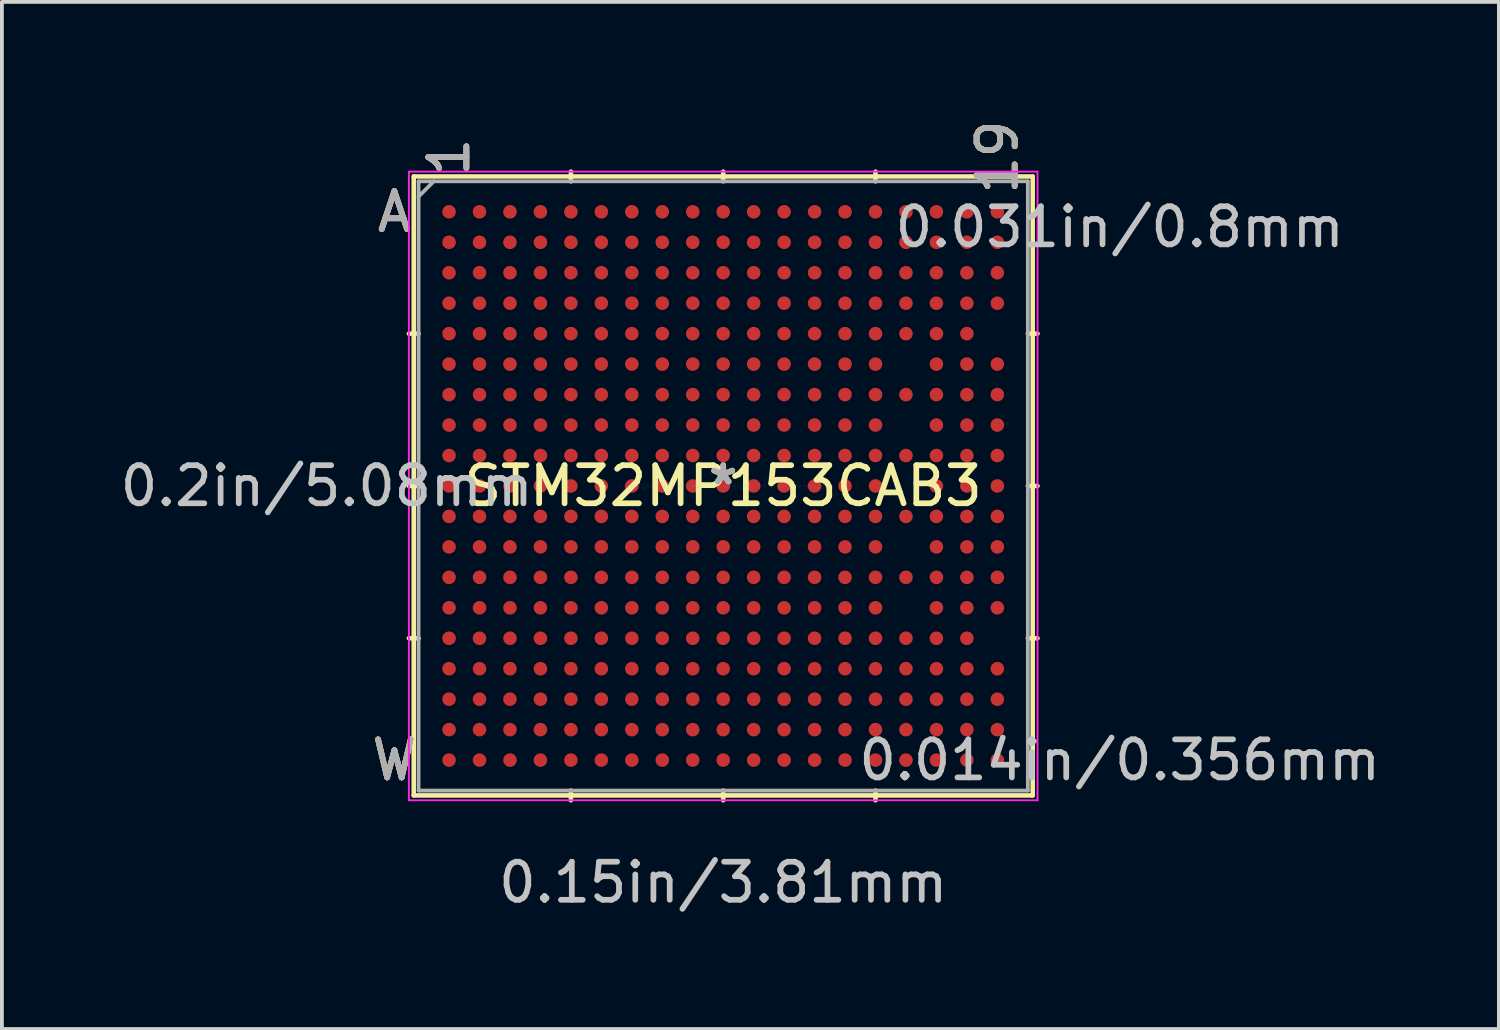
<source format=kicad_pcb>
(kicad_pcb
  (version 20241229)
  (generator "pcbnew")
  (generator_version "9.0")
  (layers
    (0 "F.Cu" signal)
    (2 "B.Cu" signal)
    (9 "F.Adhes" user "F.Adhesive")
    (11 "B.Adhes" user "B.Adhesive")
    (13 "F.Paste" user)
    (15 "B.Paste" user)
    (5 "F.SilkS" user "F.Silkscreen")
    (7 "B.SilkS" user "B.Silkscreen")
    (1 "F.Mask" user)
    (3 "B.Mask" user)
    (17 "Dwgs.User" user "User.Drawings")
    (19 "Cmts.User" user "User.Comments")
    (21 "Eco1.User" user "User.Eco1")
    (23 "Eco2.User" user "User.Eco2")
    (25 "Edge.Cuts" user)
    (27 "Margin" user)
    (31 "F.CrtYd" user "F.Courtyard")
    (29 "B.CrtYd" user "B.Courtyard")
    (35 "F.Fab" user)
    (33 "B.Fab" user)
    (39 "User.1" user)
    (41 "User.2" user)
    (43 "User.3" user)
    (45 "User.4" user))
  (footprint "STM32MP153CAB3"
    (layer "F.Cu")
    (at 15.944 9.713)
    (property "Reference" "STM32MP153CAB3" (at 0 0 0) (layer "F.SilkS") (effects (font (size 1 1) (thickness 0.15))))
    (attr through_hole)
    (fp_line (start -8.128 -8.128) (end -8.128 8.128) (stroke (width 0.12) (type solid)) (layer "F.SilkS"))
    (fp_line (start -8.128 8.128) (end 8.128 8.128) (stroke (width 0.12) (type solid)) (layer "F.SilkS"))
    (fp_line (start -8.001 -4) (end -8.255 -4) (stroke (width 0.12) (type solid)) (layer "F.SilkS"))
    (fp_line (start -8.001 0) (end -8.255 0) (stroke (width 0.12) (type solid)) (layer "F.SilkS"))
    (fp_line (start -8.001 4) (end -8.255 4) (stroke (width 0.12) (type solid)) (layer "F.SilkS"))
    (fp_line (start -4 -8.001) (end -4 -8.255) (stroke (width 0.12) (type solid)) (layer "F.SilkS"))
    (fp_line (start -4 8.001) (end -4 8.255) (stroke (width 0.12) (type solid)) (layer "F.SilkS"))
    (fp_line (start 0 -8.001) (end 0 -8.255) (stroke (width 0.12) (type solid)) (layer "F.SilkS"))
    (fp_line (start 0 8.001) (end 0 8.255) (stroke (width 0.12) (type solid)) (layer "F.SilkS"))
    (fp_line (start 4 -8.001) (end 4 -8.255) (stroke (width 0.12) (type solid)) (layer "F.SilkS"))
    (fp_line (start 4 8.001) (end 4 8.255) (stroke (width 0.12) (type solid)) (layer "F.SilkS"))
    (fp_line (start 8.001 -4) (end 8.255 -4) (stroke (width 0.12) (type solid)) (layer "F.SilkS"))
    (fp_line (start 8.001 0) (end 8.255 0) (stroke (width 0.12) (type solid)) (layer "F.SilkS"))
    (fp_line (start 8.001 4) (end 8.255 4) (stroke (width 0.12) (type solid)) (layer "F.SilkS"))
    (fp_line (start 8.128 -8.128) (end -8.128 -8.128) (stroke (width 0.12) (type solid)) (layer "F.SilkS"))
    (fp_line (start 8.128 8.128) (end 8.128 -8.128) (stroke (width 0.12) (type solid)) (layer "F.SilkS"))
    (fp_line (start -8.255 -8.255) (end 8.255 -8.255) (stroke (width 0.05) (type solid)) (layer "F.CrtYd"))
    (fp_line (start -8.255 8.255) (end -8.255 -8.255) (stroke (width 0.05) (type solid)) (layer "F.CrtYd"))
    (fp_line (start 8.255 -8.255) (end 8.255 8.255) (stroke (width 0.05) (type solid)) (layer "F.CrtYd"))
    (fp_line (start 8.255 8.255) (end -8.255 8.255) (stroke (width 0.05) (type solid)) (layer "F.CrtYd"))
    (fp_line (start -8.001 -8.001) (end -8.001 8.001) (stroke (width 0.1) (type solid)) (layer "F.Fab"))
    (fp_line (start -8.001 8.001) (end 8.001 8.001) (stroke (width 0.1) (type solid)) (layer "F.Fab"))
    (fp_line (start -7.601 -8.001) (end -8.001 -7.601) (stroke (width 0.1) (type solid)) (layer "F.Fab"))
    (fp_line (start 8.001 -8.001) (end -8.001 -8.001) (stroke (width 0.1) (type solid)) (layer "F.Fab"))
    (fp_line (start 8.001 8.001) (end 8.001 -8.001) (stroke (width 0.1) (type solid)) (layer "F.Fab"))
    (fp_text user "1" (at -7.2 -8.636 90) (layer "F.SilkS") (effects (font (size 1 1) (thickness 0.15))))
    (fp_text user "A" (at -8.636 -7.2 0) (layer "F.SilkS") (effects (font (size 1 1) (thickness 0.15))))
    (fp_text user "*" (at 0 0 0) (layer "F.SilkS") (effects (font (size 1 1) (thickness 0.15))))
    (fp_text user "19" (at 7.2 -8.636 90) (layer "F.SilkS") (effects (font (size 1 1) (thickness 0.15))))
    (fp_text user "W" (at -8.636 7.2 0) (layer "F.SilkS") (effects (font (size 1 1) (thickness 0.15))))
    (fp_text user "A" (at -8.636 -7.2 0) (layer "B.SilkS") (effects (font (size 1 1) (thickness 0.15))))
    (fp_text user "W" (at -8.636 7.2 0) (layer "B.SilkS") (effects (font (size 1 1) (thickness 0.15))))
    (fp_text user "1" (at -7.2 -8.636 90) (layer "B.SilkS") (effects (font (size 1 1) (thickness 0.15))))
    (fp_text user "19" (at 7.2 -8.636 90) (layer "B.SilkS") (effects (font (size 1 1) (thickness 0.15))))
    (fp_text user "0.15in/3.81mm" (at 0 10.414 0) (layer "Dwgs.User") (effects (font (size 1 1) (thickness 0.15))))
    (fp_text user "0.014in/0.356mm" (at 10.414 7.2 0) (layer "Dwgs.User") (effects (font (size 1 1) (thickness 0.15))))
    (fp_text user "0.031in/0.8mm" (at 10.414 -6.8 0) (layer "Dwgs.User") (effects (font (size 1 1) (thickness 0.15))))
    (fp_text user "0.2in/5.08mm" (at -10.414 0 0) (layer "Dwgs.User") (effects (font (size 1 1) (thickness 0.15))))
    (fp_text user "Copyright 2021 Accelerated Designs. All rights reserved." (at 0 0 0) (layer "Cmts.User") (effects (font (size 0.127 0.127) (thickness 0.002))))
    (fp_text user "W" (at -8.636 7.2 0) (layer "F.Fab") (effects (font (size 1 1) (thickness 0.15))))
    (fp_text user "19" (at 7.2 -8.636 90) (layer "F.Fab") (effects (font (size 1 1) (thickness 0.15))))
    (fp_text user "*" (at 0 0 0) (layer "F.Fab") (effects (font (size 1 1) (thickness 0.15))))
    (fp_text user "A" (at -8.636 -7.2 0) (layer "F.Fab") (effects (font (size 1 1) (thickness 0.15))))
    (fp_text user "1" (at -7.2 -8.636 90) (layer "F.Fab") (effects (font (size 1 1) (thickness 0.15))))
    (pad "A1" smd circle (at -7.2 -7.2) (size 0.356 0.356) (layers "F.Cu" "F.Mask" "F.Paste"))
    (pad "A2" smd circle (at -6.4 -7.2) (size 0.356 0.356) (layers "F.Cu" "F.Mask" "F.Paste"))
    (pad "A3" smd circle (at -5.6 -7.2) (size 0.356 0.356) (layers "F.Cu" "F.Mask" "F.Paste"))
    (pad "A4" smd circle (at -4.8 -7.2) (size 0.356 0.356) (layers "F.Cu" "F.Mask" "F.Paste"))
    (pad "A5" smd circle (at -4 -7.2) (size 0.356 0.356) (layers "F.Cu" "F.Mask" "F.Paste"))
    (pad "A6" smd circle (at -3.2 -7.2) (size 0.356 0.356) (layers "F.Cu" "F.Mask" "F.Paste"))
    (pad "A7" smd circle (at -2.4 -7.2) (size 0.356 0.356) (layers "F.Cu" "F.Mask" "F.Paste"))
    (pad "A8" smd circle (at -1.6 -7.2) (size 0.356 0.356) (layers "F.Cu" "F.Mask" "F.Paste"))
    (pad "A9" smd circle (at -0.8 -7.2) (size 0.356 0.356) (layers "F.Cu" "F.Mask" "F.Paste"))
    (pad "A10" smd circle (at 0 -7.2) (size 0.356 0.356) (layers "F.Cu" "F.Mask" "F.Paste"))
    (pad "A11" smd circle (at 0.8 -7.2) (size 0.356 0.356) (layers "F.Cu" "F.Mask" "F.Paste"))
    (pad "A12" smd circle (at 1.6 -7.2) (size 0.356 0.356) (layers "F.Cu" "F.Mask" "F.Paste"))
    (pad "A13" smd circle (at 2.4 -7.2) (size 0.356 0.356) (layers "F.Cu" "F.Mask" "F.Paste"))
    (pad "A14" smd circle (at 3.2 -7.2) (size 0.356 0.356) (layers "F.Cu" "F.Mask" "F.Paste"))
    (pad "A15" smd circle (at 4 -7.2) (size 0.356 0.356) (layers "F.Cu" "F.Mask" "F.Paste"))
    (pad "A16" smd circle (at 4.8 -7.2) (size 0.356 0.356) (layers "F.Cu" "F.Mask" "F.Paste"))
    (pad "A17" smd circle (at 5.6 -7.2) (size 0.356 0.356) (layers "F.Cu" "F.Mask" "F.Paste"))
    (pad "A18" smd circle (at 6.4 -7.2) (size 0.356 0.356) (layers "F.Cu" "F.Mask" "F.Paste"))
    (pad "A19" smd circle (at 7.2 -7.2) (size 0.356 0.356) (layers "F.Cu" "F.Mask" "F.Paste"))
    (pad "B1" smd circle (at -7.2 -6.4) (size 0.356 0.356) (layers "F.Cu" "F.Mask" "F.Paste"))
    (pad "B2" smd circle (at -6.4 -6.4) (size 0.356 0.356) (layers "F.Cu" "F.Mask" "F.Paste"))
    (pad "B3" smd circle (at -5.6 -6.4) (size 0.356 0.356) (layers "F.Cu" "F.Mask" "F.Paste"))
    (pad "B4" smd circle (at -4.8 -6.4) (size 0.356 0.356) (layers "F.Cu" "F.Mask" "F.Paste"))
    (pad "B5" smd circle (at -4 -6.4) (size 0.356 0.356) (layers "F.Cu" "F.Mask" "F.Paste"))
    (pad "B6" smd circle (at -3.2 -6.4) (size 0.356 0.356) (layers "F.Cu" "F.Mask" "F.Paste"))
    (pad "B7" smd circle (at -2.4 -6.4) (size 0.356 0.356) (layers "F.Cu" "F.Mask" "F.Paste"))
    (pad "B8" smd circle (at -1.6 -6.4) (size 0.356 0.356) (layers "F.Cu" "F.Mask" "F.Paste"))
    (pad "B9" smd circle (at -0.8 -6.4) (size 0.356 0.356) (layers "F.Cu" "F.Mask" "F.Paste"))
    (pad "B10" smd circle (at 0 -6.4) (size 0.356 0.356) (layers "F.Cu" "F.Mask" "F.Paste"))
    (pad "B11" smd circle (at 0.8 -6.4) (size 0.356 0.356) (layers "F.Cu" "F.Mask" "F.Paste"))
    (pad "B12" smd circle (at 1.6 -6.4) (size 0.356 0.356) (layers "F.Cu" "F.Mask" "F.Paste"))
    (pad "B13" smd circle (at 2.4 -6.4) (size 0.356 0.356) (layers "F.Cu" "F.Mask" "F.Paste"))
    (pad "B14" smd circle (at 3.2 -6.4) (size 0.356 0.356) (layers "F.Cu" "F.Mask" "F.Paste"))
    (pad "B15" smd circle (at 4 -6.4) (size 0.356 0.356) (layers "F.Cu" "F.Mask" "F.Paste"))
    (pad "B16" smd circle (at 4.8 -6.4) (size 0.356 0.356) (layers "F.Cu" "F.Mask" "F.Paste"))
    (pad "B17" smd circle (at 5.6 -6.4) (size 0.356 0.356) (layers "F.Cu" "F.Mask" "F.Paste"))
    (pad "B18" smd circle (at 6.4 -6.4) (size 0.356 0.356) (layers "F.Cu" "F.Mask" "F.Paste"))
    (pad "B19" smd circle (at 7.2 -6.4) (size 0.356 0.356) (layers "F.Cu" "F.Mask" "F.Paste"))
    (pad "C1" smd circle (at -7.2 -5.6) (size 0.356 0.356) (layers "F.Cu" "F.Mask" "F.Paste"))
    (pad "C2" smd circle (at -6.4 -5.6) (size 0.356 0.356) (layers "F.Cu" "F.Mask" "F.Paste"))
    (pad "C3" smd circle (at -5.6 -5.6) (size 0.356 0.356) (layers "F.Cu" "F.Mask" "F.Paste"))
    (pad "C4" smd circle (at -4.8 -5.6) (size 0.356 0.356) (layers "F.Cu" "F.Mask" "F.Paste"))
    (pad "C5" smd circle (at -4 -5.6) (size 0.356 0.356) (layers "F.Cu" "F.Mask" "F.Paste"))
    (pad "C6" smd circle (at -3.2 -5.6) (size 0.356 0.356) (layers "F.Cu" "F.Mask" "F.Paste"))
    (pad "C7" smd circle (at -2.4 -5.6) (size 0.356 0.356) (layers "F.Cu" "F.Mask" "F.Paste"))
    (pad "C8" smd circle (at -1.6 -5.6) (size 0.356 0.356) (layers "F.Cu" "F.Mask" "F.Paste"))
    (pad "C9" smd circle (at -0.8 -5.6) (size 0.356 0.356) (layers "F.Cu" "F.Mask" "F.Paste"))
    (pad "C10" smd circle (at 0 -5.6) (size 0.356 0.356) (layers "F.Cu" "F.Mask" "F.Paste"))
    (pad "C11" smd circle (at 0.8 -5.6) (size 0.356 0.356) (layers "F.Cu" "F.Mask" "F.Paste"))
    (pad "C12" smd circle (at 1.6 -5.6) (size 0.356 0.356) (layers "F.Cu" "F.Mask" "F.Paste"))
    (pad "C13" smd circle (at 2.4 -5.6) (size 0.356 0.356) (layers "F.Cu" "F.Mask" "F.Paste"))
    (pad "C14" smd circle (at 3.2 -5.6) (size 0.356 0.356) (layers "F.Cu" "F.Mask" "F.Paste"))
    (pad "C15" smd circle (at 4 -5.6) (size 0.356 0.356) (layers "F.Cu" "F.Mask" "F.Paste"))
    (pad "C16" smd circle (at 4.8 -5.6) (size 0.356 0.356) (layers "F.Cu" "F.Mask" "F.Paste"))
    (pad "C17" smd circle (at 5.6 -5.6) (size 0.356 0.356) (layers "F.Cu" "F.Mask" "F.Paste"))
    (pad "C18" smd circle (at 6.4 -5.6) (size 0.356 0.356) (layers "F.Cu" "F.Mask" "F.Paste"))
    (pad "C19" smd circle (at 7.2 -5.6) (size 0.356 0.356) (layers "F.Cu" "F.Mask" "F.Paste"))
    (pad "D1" smd circle (at -7.2 -4.8) (size 0.356 0.356) (layers "F.Cu" "F.Mask" "F.Paste"))
    (pad "D2" smd circle (at -6.4 -4.8) (size 0.356 0.356) (layers "F.Cu" "F.Mask" "F.Paste"))
    (pad "D3" smd circle (at -5.6 -4.8) (size 0.356 0.356) (layers "F.Cu" "F.Mask" "F.Paste"))
    (pad "D4" smd circle (at -4.8 -4.8) (size 0.356 0.356) (layers "F.Cu" "F.Mask" "F.Paste"))
    (pad "D5" smd circle (at -4 -4.8) (size 0.356 0.356) (layers "F.Cu" "F.Mask" "F.Paste"))
    (pad "D6" smd circle (at -3.2 -4.8) (size 0.356 0.356) (layers "F.Cu" "F.Mask" "F.Paste"))
    (pad "D7" smd circle (at -2.4 -4.8) (size 0.356 0.356) (layers "F.Cu" "F.Mask" "F.Paste"))
    (pad "D8" smd circle (at -1.6 -4.8) (size 0.356 0.356) (layers "F.Cu" "F.Mask" "F.Paste"))
    (pad "D9" smd circle (at -0.8 -4.8) (size 0.356 0.356) (layers "F.Cu" "F.Mask" "F.Paste"))
    (pad "D10" smd circle (at 0 -4.8) (size 0.356 0.356) (layers "F.Cu" "F.Mask" "F.Paste"))
    (pad "D11" smd circle (at 0.8 -4.8) (size 0.356 0.356) (layers "F.Cu" "F.Mask" "F.Paste"))
    (pad "D12" smd circle (at 1.6 -4.8) (size 0.356 0.356) (layers "F.Cu" "F.Mask" "F.Paste"))
    (pad "D13" smd circle (at 2.4 -4.8) (size 0.356 0.356) (layers "F.Cu" "F.Mask" "F.Paste"))
    (pad "D14" smd circle (at 3.2 -4.8) (size 0.356 0.356) (layers "F.Cu" "F.Mask" "F.Paste"))
    (pad "D15" smd circle (at 4 -4.8) (size 0.356 0.356) (layers "F.Cu" "F.Mask" "F.Paste"))
    (pad "D16" smd circle (at 4.8 -4.8) (size 0.356 0.356) (layers "F.Cu" "F.Mask" "F.Paste"))
    (pad "D17" smd circle (at 5.6 -4.8) (size 0.356 0.356) (layers "F.Cu" "F.Mask" "F.Paste"))
    (pad "D18" smd circle (at 6.4 -4.8) (size 0.356 0.356) (layers "F.Cu" "F.Mask" "F.Paste"))
    (pad "D19" smd circle (at 7.2 -4.8) (size 0.356 0.356) (layers "F.Cu" "F.Mask" "F.Paste"))
    (pad "E1" smd circle (at -7.2 -4) (size 0.356 0.356) (layers "F.Cu" "F.Mask" "F.Paste"))
    (pad "E2" smd circle (at -6.4 -4) (size 0.356 0.356) (layers "F.Cu" "F.Mask" "F.Paste"))
    (pad "E3" smd circle (at -5.6 -4) (size 0.356 0.356) (layers "F.Cu" "F.Mask" "F.Paste"))
    (pad "E4" smd circle (at -4.8 -4) (size 0.356 0.356) (layers "F.Cu" "F.Mask" "F.Paste"))
    (pad "E5" smd circle (at -4 -4) (size 0.356 0.356) (layers "F.Cu" "F.Mask" "F.Paste"))
    (pad "E6" smd circle (at -3.2 -4) (size 0.356 0.356) (layers "F.Cu" "F.Mask" "F.Paste"))
    (pad "E7" smd circle (at -2.4 -4) (size 0.356 0.356) (layers "F.Cu" "F.Mask" "F.Paste"))
    (pad "E8" smd circle (at -1.6 -4) (size 0.356 0.356) (layers "F.Cu" "F.Mask" "F.Paste"))
    (pad "E9" smd circle (at -0.8 -4) (size 0.356 0.356) (layers "F.Cu" "F.Mask" "F.Paste"))
    (pad "E10" smd circle (at 0 -4) (size 0.356 0.356) (layers "F.Cu" "F.Mask" "F.Paste"))
    (pad "E11" smd circle (at 0.8 -4) (size 0.356 0.356) (layers "F.Cu" "F.Mask" "F.Paste"))
    (pad "E12" smd circle (at 1.6 -4) (size 0.356 0.356) (layers "F.Cu" "F.Mask" "F.Paste"))
    (pad "E13" smd circle (at 2.4 -4) (size 0.356 0.356) (layers "F.Cu" "F.Mask" "F.Paste"))
    (pad "E14" smd circle (at 3.2 -4) (size 0.356 0.356) (layers "F.Cu" "F.Mask" "F.Paste"))
    (pad "E15" smd circle (at 4 -4) (size 0.356 0.356) (layers "F.Cu" "F.Mask" "F.Paste"))
    (pad "E16" smd circle (at 4.8 -4) (size 0.356 0.356) (layers "F.Cu" "F.Mask" "F.Paste"))
    (pad "E17" smd circle (at 5.6 -4) (size 0.356 0.356) (layers "F.Cu" "F.Mask" "F.Paste"))
    (pad "E18" smd circle (at 6.4 -4) (size 0.356 0.356) (layers "F.Cu" "F.Mask" "F.Paste"))
    (pad "F1" smd circle (at -7.2 -3.2) (size 0.356 0.356) (layers "F.Cu" "F.Mask" "F.Paste"))
    (pad "F2" smd circle (at -6.4 -3.2) (size 0.356 0.356) (layers "F.Cu" "F.Mask" "F.Paste"))
    (pad "F3" smd circle (at -5.6 -3.2) (size 0.356 0.356) (layers "F.Cu" "F.Mask" "F.Paste"))
    (pad "F4" smd circle (at -4.8 -3.2) (size 0.356 0.356) (layers "F.Cu" "F.Mask" "F.Paste"))
    (pad "F5" smd circle (at -4 -3.2) (size 0.356 0.356) (layers "F.Cu" "F.Mask" "F.Paste"))
    (pad "F6" smd circle (at -3.2 -3.2) (size 0.356 0.356) (layers "F.Cu" "F.Mask" "F.Paste"))
    (pad "F7" smd circle (at -2.4 -3.2) (size 0.356 0.356) (layers "F.Cu" "F.Mask" "F.Paste"))
    (pad "F8" smd circle (at -1.6 -3.2) (size 0.356 0.356) (layers "F.Cu" "F.Mask" "F.Paste"))
    (pad "F9" smd circle (at -0.8 -3.2) (size 0.356 0.356) (layers "F.Cu" "F.Mask" "F.Paste"))
    (pad "F10" smd circle (at 0 -3.2) (size 0.356 0.356) (layers "F.Cu" "F.Mask" "F.Paste"))
    (pad "F11" smd circle (at 0.8 -3.2) (size 0.356 0.356) (layers "F.Cu" "F.Mask" "F.Paste"))
    (pad "F12" smd circle (at 1.6 -3.2) (size 0.356 0.356) (layers "F.Cu" "F.Mask" "F.Paste"))
    (pad "F13" smd circle (at 2.4 -3.2) (size 0.356 0.356) (layers "F.Cu" "F.Mask" "F.Paste"))
    (pad "F14" smd circle (at 3.2 -3.2) (size 0.356 0.356) (layers "F.Cu" "F.Mask" "F.Paste"))
    (pad "F15" smd circle (at 4 -3.2) (size 0.356 0.356) (layers "F.Cu" "F.Mask" "F.Paste"))
    (pad "F17" smd circle (at 5.6 -3.2) (size 0.356 0.356) (layers "F.Cu" "F.Mask" "F.Paste"))
    (pad "F18" smd circle (at 6.4 -3.2) (size 0.356 0.356) (layers "F.Cu" "F.Mask" "F.Paste"))
    (pad "F19" smd circle (at 7.2 -3.2) (size 0.356 0.356) (layers "F.Cu" "F.Mask" "F.Paste"))
    (pad "G1" smd circle (at -7.2 -2.4) (size 0.356 0.356) (layers "F.Cu" "F.Mask" "F.Paste"))
    (pad "G2" smd circle (at -6.4 -2.4) (size 0.356 0.356) (layers "F.Cu" "F.Mask" "F.Paste"))
    (pad "G3" smd circle (at -5.6 -2.4) (size 0.356 0.356) (layers "F.Cu" "F.Mask" "F.Paste"))
    (pad "G4" smd circle (at -4.8 -2.4) (size 0.356 0.356) (layers "F.Cu" "F.Mask" "F.Paste"))
    (pad "G5" smd circle (at -4 -2.4) (size 0.356 0.356) (layers "F.Cu" "F.Mask" "F.Paste"))
    (pad "G6" smd circle (at -3.2 -2.4) (size 0.356 0.356) (layers "F.Cu" "F.Mask" "F.Paste"))
    (pad "G7" smd circle (at -2.4 -2.4) (size 0.356 0.356) (layers "F.Cu" "F.Mask" "F.Paste"))
    (pad "G8" smd circle (at -1.6 -2.4) (size 0.356 0.356) (layers "F.Cu" "F.Mask" "F.Paste"))
    (pad "G9" smd circle (at -0.8 -2.4) (size 0.356 0.356) (layers "F.Cu" "F.Mask" "F.Paste"))
    (pad "G10" smd circle (at 0 -2.4) (size 0.356 0.356) (layers "F.Cu" "F.Mask" "F.Paste"))
    (pad "G11" smd circle (at 0.8 -2.4) (size 0.356 0.356) (layers "F.Cu" "F.Mask" "F.Paste"))
    (pad "G12" smd circle (at 1.6 -2.4) (size 0.356 0.356) (layers "F.Cu" "F.Mask" "F.Paste"))
    (pad "G13" smd circle (at 2.4 -2.4) (size 0.356 0.356) (layers "F.Cu" "F.Mask" "F.Paste"))
    (pad "G14" smd circle (at 3.2 -2.4) (size 0.356 0.356) (layers "F.Cu" "F.Mask" "F.Paste"))
    (pad "G15" smd circle (at 4 -2.4) (size 0.356 0.356) (layers "F.Cu" "F.Mask" "F.Paste"))
    (pad "G16" smd circle (at 4.8 -2.4) (size 0.356 0.356) (layers "F.Cu" "F.Mask" "F.Paste"))
    (pad "G17" smd circle (at 5.6 -2.4) (size 0.356 0.356) (layers "F.Cu" "F.Mask" "F.Paste"))
    (pad "G18" smd circle (at 6.4 -2.4) (size 0.356 0.356) (layers "F.Cu" "F.Mask" "F.Paste"))
    (pad "G19" smd circle (at 7.2 -2.4) (size 0.356 0.356) (layers "F.Cu" "F.Mask" "F.Paste"))
    (pad "H1" smd circle (at -7.2 -1.6) (size 0.356 0.356) (layers "F.Cu" "F.Mask" "F.Paste"))
    (pad "H2" smd circle (at -6.4 -1.6) (size 0.356 0.356) (layers "F.Cu" "F.Mask" "F.Paste"))
    (pad "H3" smd circle (at -5.6 -1.6) (size 0.356 0.356) (layers "F.Cu" "F.Mask" "F.Paste"))
    (pad "H4" smd circle (at -4.8 -1.6) (size 0.356 0.356) (layers "F.Cu" "F.Mask" "F.Paste"))
    (pad "H5" smd circle (at -4 -1.6) (size 0.356 0.356) (layers "F.Cu" "F.Mask" "F.Paste"))
    (pad "H6" smd circle (at -3.2 -1.6) (size 0.356 0.356) (layers "F.Cu" "F.Mask" "F.Paste"))
    (pad "H7" smd circle (at -2.4 -1.6) (size 0.356 0.356) (layers "F.Cu" "F.Mask" "F.Paste"))
    (pad "H8" smd circle (at -1.6 -1.6) (size 0.356 0.356) (layers "F.Cu" "F.Mask" "F.Paste"))
    (pad "H9" smd circle (at -0.8 -1.6) (size 0.356 0.356) (layers "F.Cu" "F.Mask" "F.Paste"))
    (pad "H10" smd circle (at 0 -1.6) (size 0.356 0.356) (layers "F.Cu" "F.Mask" "F.Paste"))
    (pad "H11" smd circle (at 0.8 -1.6) (size 0.356 0.356) (layers "F.Cu" "F.Mask" "F.Paste"))
    (pad "H12" smd circle (at 1.6 -1.6) (size 0.356 0.356) (layers "F.Cu" "F.Mask" "F.Paste"))
    (pad "H13" smd circle (at 2.4 -1.6) (size 0.356 0.356) (layers "F.Cu" "F.Mask" "F.Paste"))
    (pad "H14" smd circle (at 3.2 -1.6) (size 0.356 0.356) (layers "F.Cu" "F.Mask" "F.Paste"))
    (pad "H15" smd circle (at 4 -1.6) (size 0.356 0.356) (layers "F.Cu" "F.Mask" "F.Paste"))
    (pad "H17" smd circle (at 5.6 -1.6) (size 0.356 0.356) (layers "F.Cu" "F.Mask" "F.Paste"))
    (pad "H18" smd circle (at 6.4 -1.6) (size 0.356 0.356) (layers "F.Cu" "F.Mask" "F.Paste"))
    (pad "H19" smd circle (at 7.2 -1.6) (size 0.356 0.356) (layers "F.Cu" "F.Mask" "F.Paste"))
    (pad "J1" smd circle (at -7.2 -0.8) (size 0.356 0.356) (layers "F.Cu" "F.Mask" "F.Paste"))
    (pad "J2" smd circle (at -6.4 -0.8) (size 0.356 0.356) (layers "F.Cu" "F.Mask" "F.Paste"))
    (pad "J3" smd circle (at -5.6 -0.8) (size 0.356 0.356) (layers "F.Cu" "F.Mask" "F.Paste"))
    (pad "J4" smd circle (at -4.8 -0.8) (size 0.356 0.356) (layers "F.Cu" "F.Mask" "F.Paste"))
    (pad "J5" smd circle (at -4 -0.8) (size 0.356 0.356) (layers "F.Cu" "F.Mask" "F.Paste"))
    (pad "J6" smd circle (at -3.2 -0.8) (size 0.356 0.356) (layers "F.Cu" "F.Mask" "F.Paste"))
    (pad "J7" smd circle (at -2.4 -0.8) (size 0.356 0.356) (layers "F.Cu" "F.Mask" "F.Paste"))
    (pad "J8" smd circle (at -1.6 -0.8) (size 0.356 0.356) (layers "F.Cu" "F.Mask" "F.Paste"))
    (pad "J9" smd circle (at -0.8 -0.8) (size 0.356 0.356) (layers "F.Cu" "F.Mask" "F.Paste"))
    (pad "J10" smd circle (at 0 -0.8) (size 0.356 0.356) (layers "F.Cu" "F.Mask" "F.Paste"))
    (pad "J11" smd circle (at 0.8 -0.8) (size 0.356 0.356) (layers "F.Cu" "F.Mask" "F.Paste"))
    (pad "J12" smd circle (at 1.6 -0.8) (size 0.356 0.356) (layers "F.Cu" "F.Mask" "F.Paste"))
    (pad "J13" smd circle (at 2.4 -0.8) (size 0.356 0.356) (layers "F.Cu" "F.Mask" "F.Paste"))
    (pad "J14" smd circle (at 3.2 -0.8) (size 0.356 0.356) (layers "F.Cu" "F.Mask" "F.Paste"))
    (pad "J15" smd circle (at 4 -0.8) (size 0.356 0.356) (layers "F.Cu" "F.Mask" "F.Paste"))
    (pad "J16" smd circle (at 4.8 -0.8) (size 0.356 0.356) (layers "F.Cu" "F.Mask" "F.Paste"))
    (pad "J17" smd circle (at 5.6 -0.8) (size 0.356 0.356) (layers "F.Cu" "F.Mask" "F.Paste"))
    (pad "J18" smd circle (at 6.4 -0.8) (size 0.356 0.356) (layers "F.Cu" "F.Mask" "F.Paste"))
    (pad "J19" smd circle (at 7.2 -0.8) (size 0.356 0.356) (layers "F.Cu" "F.Mask" "F.Paste"))
    (pad "K1" smd circle (at -7.2 0) (size 0.356 0.356) (layers "F.Cu" "F.Mask" "F.Paste"))
    (pad "K2" smd circle (at -6.4 0) (size 0.356 0.356) (layers "F.Cu" "F.Mask" "F.Paste"))
    (pad "K3" smd circle (at -5.6 0) (size 0.356 0.356) (layers "F.Cu" "F.Mask" "F.Paste"))
    (pad "K4" smd circle (at -4.8 0) (size 0.356 0.356) (layers "F.Cu" "F.Mask" "F.Paste"))
    (pad "K5" smd circle (at -4 0) (size 0.356 0.356) (layers "F.Cu" "F.Mask" "F.Paste"))
    (pad "K6" smd circle (at -3.2 0) (size 0.356 0.356) (layers "F.Cu" "F.Mask" "F.Paste"))
    (pad "K7" smd circle (at -2.4 0) (size 0.356 0.356) (layers "F.Cu" "F.Mask" "F.Paste"))
    (pad "K8" smd circle (at -1.6 0) (size 0.356 0.356) (layers "F.Cu" "F.Mask" "F.Paste"))
    (pad "K9" smd circle (at -0.8 0) (size 0.356 0.356) (layers "F.Cu" "F.Mask" "F.Paste"))
    (pad "K10" smd circle (at 0 0) (size 0.356 0.356) (layers "F.Cu" "F.Mask" "F.Paste"))
    (pad "K11" smd circle (at 0.8 0) (size 0.356 0.356) (layers "F.Cu" "F.Mask" "F.Paste"))
    (pad "K12" smd circle (at 1.6 0) (size 0.356 0.356) (layers "F.Cu" "F.Mask" "F.Paste"))
    (pad "K13" smd circle (at 2.4 0) (size 0.356 0.356) (layers "F.Cu" "F.Mask" "F.Paste"))
    (pad "K14" smd circle (at 3.2 0) (size 0.356 0.356) (layers "F.Cu" "F.Mask" "F.Paste"))
    (pad "K15" smd circle (at 4 0) (size 0.356 0.356) (layers "F.Cu" "F.Mask" "F.Paste"))
    (pad "K17" smd circle (at 5.6 0) (size 0.356 0.356) (layers "F.Cu" "F.Mask" "F.Paste"))
    (pad "K18" smd circle (at 6.4 0) (size 0.356 0.356) (layers "F.Cu" "F.Mask" "F.Paste"))
    (pad "K19" smd circle (at 7.2 0) (size 0.356 0.356) (layers "F.Cu" "F.Mask" "F.Paste"))
    (pad "L1" smd circle (at -7.2 0.8) (size 0.356 0.356) (layers "F.Cu" "F.Mask" "F.Paste"))
    (pad "L2" smd circle (at -6.4 0.8) (size 0.356 0.356) (layers "F.Cu" "F.Mask" "F.Paste"))
    (pad "L3" smd circle (at -5.6 0.8) (size 0.356 0.356) (layers "F.Cu" "F.Mask" "F.Paste"))
    (pad "L4" smd circle (at -4.8 0.8) (size 0.356 0.356) (layers "F.Cu" "F.Mask" "F.Paste"))
    (pad "L5" smd circle (at -4 0.8) (size 0.356 0.356) (layers "F.Cu" "F.Mask" "F.Paste"))
    (pad "L6" smd circle (at -3.2 0.8) (size 0.356 0.356) (layers "F.Cu" "F.Mask" "F.Paste"))
    (pad "L7" smd circle (at -2.4 0.8) (size 0.356 0.356) (layers "F.Cu" "F.Mask" "F.Paste"))
    (pad "L8" smd circle (at -1.6 0.8) (size 0.356 0.356) (layers "F.Cu" "F.Mask" "F.Paste"))
    (pad "L9" smd circle (at -0.8 0.8) (size 0.356 0.356) (layers "F.Cu" "F.Mask" "F.Paste"))
    (pad "L10" smd circle (at 0 0.8) (size 0.356 0.356) (layers "F.Cu" "F.Mask" "F.Paste"))
    (pad "L11" smd circle (at 0.8 0.8) (size 0.356 0.356) (layers "F.Cu" "F.Mask" "F.Paste"))
    (pad "L12" smd circle (at 1.6 0.8) (size 0.356 0.356) (layers "F.Cu" "F.Mask" "F.Paste"))
    (pad "L13" smd circle (at 2.4 0.8) (size 0.356 0.356) (layers "F.Cu" "F.Mask" "F.Paste"))
    (pad "L14" smd circle (at 3.2 0.8) (size 0.356 0.356) (layers "F.Cu" "F.Mask" "F.Paste"))
    (pad "L15" smd circle (at 4 0.8) (size 0.356 0.356) (layers "F.Cu" "F.Mask" "F.Paste"))
    (pad "L16" smd circle (at 4.8 0.8) (size 0.356 0.356) (layers "F.Cu" "F.Mask" "F.Paste"))
    (pad "L17" smd circle (at 5.6 0.8) (size 0.356 0.356) (layers "F.Cu" "F.Mask" "F.Paste"))
    (pad "L18" smd circle (at 6.4 0.8) (size 0.356 0.356) (layers "F.Cu" "F.Mask" "F.Paste"))
    (pad "L19" smd circle (at 7.2 0.8) (size 0.356 0.356) (layers "F.Cu" "F.Mask" "F.Paste"))
    (pad "M1" smd circle (at -7.2 1.6) (size 0.356 0.356) (layers "F.Cu" "F.Mask" "F.Paste"))
    (pad "M2" smd circle (at -6.4 1.6) (size 0.356 0.356) (layers "F.Cu" "F.Mask" "F.Paste"))
    (pad "M3" smd circle (at -5.6 1.6) (size 0.356 0.356) (layers "F.Cu" "F.Mask" "F.Paste"))
    (pad "M4" smd circle (at -4.8 1.6) (size 0.356 0.356) (layers "F.Cu" "F.Mask" "F.Paste"))
    (pad "M5" smd circle (at -4 1.6) (size 0.356 0.356) (layers "F.Cu" "F.Mask" "F.Paste"))
    (pad "M6" smd circle (at -3.2 1.6) (size 0.356 0.356) (layers "F.Cu" "F.Mask" "F.Paste"))
    (pad "M7" smd circle (at -2.4 1.6) (size 0.356 0.356) (layers "F.Cu" "F.Mask" "F.Paste"))
    (pad "M8" smd circle (at -1.6 1.6) (size 0.356 0.356) (layers "F.Cu" "F.Mask" "F.Paste"))
    (pad "M9" smd circle (at -0.8 1.6) (size 0.356 0.356) (layers "F.Cu" "F.Mask" "F.Paste"))
    (pad "M10" smd circle (at 0 1.6) (size 0.356 0.356) (layers "F.Cu" "F.Mask" "F.Paste"))
    (pad "M11" smd circle (at 0.8 1.6) (size 0.356 0.356) (layers "F.Cu" "F.Mask" "F.Paste"))
    (pad "M12" smd circle (at 1.6 1.6) (size 0.356 0.356) (layers "F.Cu" "F.Mask" "F.Paste"))
    (pad "M13" smd circle (at 2.4 1.6) (size 0.356 0.356) (layers "F.Cu" "F.Mask" "F.Paste"))
    (pad "M14" smd circle (at 3.2 1.6) (size 0.356 0.356) (layers "F.Cu" "F.Mask" "F.Paste"))
    (pad "M15" smd circle (at 4 1.6) (size 0.356 0.356) (layers "F.Cu" "F.Mask" "F.Paste"))
    (pad "M17" smd circle (at 5.6 1.6) (size 0.356 0.356) (layers "F.Cu" "F.Mask" "F.Paste"))
    (pad "M18" smd circle (at 6.4 1.6) (size 0.356 0.356) (layers "F.Cu" "F.Mask" "F.Paste"))
    (pad "M19" smd circle (at 7.2 1.6) (size 0.356 0.356) (layers "F.Cu" "F.Mask" "F.Paste"))
    (pad "N1" smd circle (at -7.2 2.4) (size 0.356 0.356) (layers "F.Cu" "F.Mask" "F.Paste"))
    (pad "N2" smd circle (at -6.4 2.4) (size 0.356 0.356) (layers "F.Cu" "F.Mask" "F.Paste"))
    (pad "N3" smd circle (at -5.6 2.4) (size 0.356 0.356) (layers "F.Cu" "F.Mask" "F.Paste"))
    (pad "N4" smd circle (at -4.8 2.4) (size 0.356 0.356) (layers "F.Cu" "F.Mask" "F.Paste"))
    (pad "N5" smd circle (at -4 2.4) (size 0.356 0.356) (layers "F.Cu" "F.Mask" "F.Paste"))
    (pad "N6" smd circle (at -3.2 2.4) (size 0.356 0.356) (layers "F.Cu" "F.Mask" "F.Paste"))
    (pad "N7" smd circle (at -2.4 2.4) (size 0.356 0.356) (layers "F.Cu" "F.Mask" "F.Paste"))
    (pad "N8" smd circle (at -1.6 2.4) (size 0.356 0.356) (layers "F.Cu" "F.Mask" "F.Paste"))
    (pad "N9" smd circle (at -0.8 2.4) (size 0.356 0.356) (layers "F.Cu" "F.Mask" "F.Paste"))
    (pad "N10" smd circle (at 0 2.4) (size 0.356 0.356) (layers "F.Cu" "F.Mask" "F.Paste"))
    (pad "N11" smd circle (at 0.8 2.4) (size 0.356 0.356) (layers "F.Cu" "F.Mask" "F.Paste"))
    (pad "N12" smd circle (at 1.6 2.4) (size 0.356 0.356) (layers "F.Cu" "F.Mask" "F.Paste"))
    (pad "N13" smd circle (at 2.4 2.4) (size 0.356 0.356) (layers "F.Cu" "F.Mask" "F.Paste"))
    (pad "N14" smd circle (at 3.2 2.4) (size 0.356 0.356) (layers "F.Cu" "F.Mask" "F.Paste"))
    (pad "N15" smd circle (at 4 2.4) (size 0.356 0.356) (layers "F.Cu" "F.Mask" "F.Paste"))
    (pad "N16" smd circle (at 4.8 2.4) (size 0.356 0.356) (layers "F.Cu" "F.Mask" "F.Paste"))
    (pad "N17" smd circle (at 5.6 2.4) (size 0.356 0.356) (layers "F.Cu" "F.Mask" "F.Paste"))
    (pad "N18" smd circle (at 6.4 2.4) (size 0.356 0.356) (layers "F.Cu" "F.Mask" "F.Paste"))
    (pad "N19" smd circle (at 7.2 2.4) (size 0.356 0.356) (layers "F.Cu" "F.Mask" "F.Paste"))
    (pad "P1" smd circle (at -7.2 3.2) (size 0.356 0.356) (layers "F.Cu" "F.Mask" "F.Paste"))
    (pad "P2" smd circle (at -6.4 3.2) (size 0.356 0.356) (layers "F.Cu" "F.Mask" "F.Paste"))
    (pad "P3" smd circle (at -5.6 3.2) (size 0.356 0.356) (layers "F.Cu" "F.Mask" "F.Paste"))
    (pad "P4" smd circle (at -4.8 3.2) (size 0.356 0.356) (layers "F.Cu" "F.Mask" "F.Paste"))
    (pad "P5" smd circle (at -4 3.2) (size 0.356 0.356) (layers "F.Cu" "F.Mask" "F.Paste"))
    (pad "P6" smd circle (at -3.2 3.2) (size 0.356 0.356) (layers "F.Cu" "F.Mask" "F.Paste"))
    (pad "P7" smd circle (at -2.4 3.2) (size 0.356 0.356) (layers "F.Cu" "F.Mask" "F.Paste"))
    (pad "P8" smd circle (at -1.6 3.2) (size 0.356 0.356) (layers "F.Cu" "F.Mask" "F.Paste"))
    (pad "P9" smd circle (at -0.8 3.2) (size 0.356 0.356) (layers "F.Cu" "F.Mask" "F.Paste"))
    (pad "P10" smd circle (at 0 3.2) (size 0.356 0.356) (layers "F.Cu" "F.Mask" "F.Paste"))
    (pad "P11" smd circle (at 0.8 3.2) (size 0.356 0.356) (layers "F.Cu" "F.Mask" "F.Paste"))
    (pad "P12" smd circle (at 1.6 3.2) (size 0.356 0.356) (layers "F.Cu" "F.Mask" "F.Paste"))
    (pad "P13" smd circle (at 2.4 3.2) (size 0.356 0.356) (layers "F.Cu" "F.Mask" "F.Paste"))
    (pad "P14" smd circle (at 3.2 3.2) (size 0.356 0.356) (layers "F.Cu" "F.Mask" "F.Paste"))
    (pad "P15" smd circle (at 4 3.2) (size 0.356 0.356) (layers "F.Cu" "F.Mask" "F.Paste"))
    (pad "P17" smd circle (at 5.6 3.2) (size 0.356 0.356) (layers "F.Cu" "F.Mask" "F.Paste"))
    (pad "P18" smd circle (at 6.4 3.2) (size 0.356 0.356) (layers "F.Cu" "F.Mask" "F.Paste"))
    (pad "P19" smd circle (at 7.2 3.2) (size 0.356 0.356) (layers "F.Cu" "F.Mask" "F.Paste"))
    (pad "R1" smd circle (at -7.2 4) (size 0.356 0.356) (layers "F.Cu" "F.Mask" "F.Paste"))
    (pad "R2" smd circle (at -6.4 4) (size 0.356 0.356) (layers "F.Cu" "F.Mask" "F.Paste"))
    (pad "R3" smd circle (at -5.6 4) (size 0.356 0.356) (layers "F.Cu" "F.Mask" "F.Paste"))
    (pad "R4" smd circle (at -4.8 4) (size 0.356 0.356) (layers "F.Cu" "F.Mask" "F.Paste"))
    (pad "R5" smd circle (at -4 4) (size 0.356 0.356) (layers "F.Cu" "F.Mask" "F.Paste"))
    (pad "R6" smd circle (at -3.2 4) (size 0.356 0.356) (layers "F.Cu" "F.Mask" "F.Paste"))
    (pad "R7" smd circle (at -2.4 4) (size 0.356 0.356) (layers "F.Cu" "F.Mask" "F.Paste"))
    (pad "R8" smd circle (at -1.6 4) (size 0.356 0.356) (layers "F.Cu" "F.Mask" "F.Paste"))
    (pad "R9" smd circle (at -0.8 4) (size 0.356 0.356) (layers "F.Cu" "F.Mask" "F.Paste"))
    (pad "R10" smd circle (at 0 4) (size 0.356 0.356) (layers "F.Cu" "F.Mask" "F.Paste"))
    (pad "R11" smd circle (at 0.8 4) (size 0.356 0.356) (layers "F.Cu" "F.Mask" "F.Paste"))
    (pad "R12" smd circle (at 1.6 4) (size 0.356 0.356) (layers "F.Cu" "F.Mask" "F.Paste"))
    (pad "R13" smd circle (at 2.4 4) (size 0.356 0.356) (layers "F.Cu" "F.Mask" "F.Paste"))
    (pad "R14" smd circle (at 3.2 4) (size 0.356 0.356) (layers "F.Cu" "F.Mask" "F.Paste"))
    (pad "R15" smd circle (at 4 4) (size 0.356 0.356) (layers "F.Cu" "F.Mask" "F.Paste"))
    (pad "R16" smd circle (at 4.8 4) (size 0.356 0.356) (layers "F.Cu" "F.Mask" "F.Paste"))
    (pad "R17" smd circle (at 5.6 4) (size 0.356 0.356) (layers "F.Cu" "F.Mask" "F.Paste"))
    (pad "R18" smd circle (at 6.4 4) (size 0.356 0.356) (layers "F.Cu" "F.Mask" "F.Paste"))
    (pad "T1" smd circle (at -7.2 4.8) (size 0.356 0.356) (layers "F.Cu" "F.Mask" "F.Paste"))
    (pad "T2" smd circle (at -6.4 4.8) (size 0.356 0.356) (layers "F.Cu" "F.Mask" "F.Paste"))
    (pad "T3" smd circle (at -5.6 4.8) (size 0.356 0.356) (layers "F.Cu" "F.Mask" "F.Paste"))
    (pad "T4" smd circle (at -4.8 4.8) (size 0.356 0.356) (layers "F.Cu" "F.Mask" "F.Paste"))
    (pad "T5" smd circle (at -4 4.8) (size 0.356 0.356) (layers "F.Cu" "F.Mask" "F.Paste"))
    (pad "T6" smd circle (at -3.2 4.8) (size 0.356 0.356) (layers "F.Cu" "F.Mask" "F.Paste"))
    (pad "T7" smd circle (at -2.4 4.8) (size 0.356 0.356) (layers "F.Cu" "F.Mask" "F.Paste"))
    (pad "T8" smd circle (at -1.6 4.8) (size 0.356 0.356) (layers "F.Cu" "F.Mask" "F.Paste"))
    (pad "T9" smd circle (at -0.8 4.8) (size 0.356 0.356) (layers "F.Cu" "F.Mask" "F.Paste"))
    (pad "T10" smd circle (at 0 4.8) (size 0.356 0.356) (layers "F.Cu" "F.Mask" "F.Paste"))
    (pad "T11" smd circle (at 0.8 4.8) (size 0.356 0.356) (layers "F.Cu" "F.Mask" "F.Paste"))
    (pad "T12" smd circle (at 1.6 4.8) (size 0.356 0.356) (layers "F.Cu" "F.Mask" "F.Paste"))
    (pad "T13" smd circle (at 2.4 4.8) (size 0.356 0.356) (layers "F.Cu" "F.Mask" "F.Paste"))
    (pad "T14" smd circle (at 3.2 4.8) (size 0.356 0.356) (layers "F.Cu" "F.Mask" "F.Paste"))
    (pad "T15" smd circle (at 4 4.8) (size 0.356 0.356) (layers "F.Cu" "F.Mask" "F.Paste"))
    (pad "T16" smd circle (at 4.8 4.8) (size 0.356 0.356) (layers "F.Cu" "F.Mask" "F.Paste"))
    (pad "T17" smd circle (at 5.6 4.8) (size 0.356 0.356) (layers "F.Cu" "F.Mask" "F.Paste"))
    (pad "T18" smd circle (at 6.4 4.8) (size 0.356 0.356) (layers "F.Cu" "F.Mask" "F.Paste"))
    (pad "T19" smd circle (at 7.2 4.8) (size 0.356 0.356) (layers "F.Cu" "F.Mask" "F.Paste"))
    (pad "U1" smd circle (at -7.2 5.6) (size 0.356 0.356) (layers "F.Cu" "F.Mask" "F.Paste"))
    (pad "U2" smd circle (at -6.4 5.6) (size 0.356 0.356) (layers "F.Cu" "F.Mask" "F.Paste"))
    (pad "U3" smd circle (at -5.6 5.6) (size 0.356 0.356) (layers "F.Cu" "F.Mask" "F.Paste"))
    (pad "U4" smd circle (at -4.8 5.6) (size 0.356 0.356) (layers "F.Cu" "F.Mask" "F.Paste"))
    (pad "U5" smd circle (at -4 5.6) (size 0.356 0.356) (layers "F.Cu" "F.Mask" "F.Paste"))
    (pad "U6" smd circle (at -3.2 5.6) (size 0.356 0.356) (layers "F.Cu" "F.Mask" "F.Paste"))
    (pad "U7" smd circle (at -2.4 5.6) (size 0.356 0.356) (layers "F.Cu" "F.Mask" "F.Paste"))
    (pad "U8" smd circle (at -1.6 5.6) (size 0.356 0.356) (layers "F.Cu" "F.Mask" "F.Paste"))
    (pad "U9" smd circle (at -0.8 5.6) (size 0.356 0.356) (layers "F.Cu" "F.Mask" "F.Paste"))
    (pad "U10" smd circle (at 0 5.6) (size 0.356 0.356) (layers "F.Cu" "F.Mask" "F.Paste"))
    (pad "U11" smd circle (at 0.8 5.6) (size 0.356 0.356) (layers "F.Cu" "F.Mask" "F.Paste"))
    (pad "U12" smd circle (at 1.6 5.6) (size 0.356 0.356) (layers "F.Cu" "F.Mask" "F.Paste"))
    (pad "U13" smd circle (at 2.4 5.6) (size 0.356 0.356) (layers "F.Cu" "F.Mask" "F.Paste"))
    (pad "U14" smd circle (at 3.2 5.6) (size 0.356 0.356) (layers "F.Cu" "F.Mask" "F.Paste"))
    (pad "U15" smd circle (at 4 5.6) (size 0.356 0.356) (layers "F.Cu" "F.Mask" "F.Paste"))
    (pad "U16" smd circle (at 4.8 5.6) (size 0.356 0.356) (layers "F.Cu" "F.Mask" "F.Paste"))
    (pad "U17" smd circle (at 5.6 5.6) (size 0.356 0.356) (layers "F.Cu" "F.Mask" "F.Paste"))
    (pad "U18" smd circle (at 6.4 5.6) (size 0.356 0.356) (layers "F.Cu" "F.Mask" "F.Paste"))
    (pad "U19" smd circle (at 7.2 5.6) (size 0.356 0.356) (layers "F.Cu" "F.Mask" "F.Paste"))
    (pad "V1" smd circle (at -7.2 6.4) (size 0.356 0.356) (layers "F.Cu" "F.Mask" "F.Paste"))
    (pad "V2" smd circle (at -6.4 6.4) (size 0.356 0.356) (layers "F.Cu" "F.Mask" "F.Paste"))
    (pad "V3" smd circle (at -5.6 6.4) (size 0.356 0.356) (layers "F.Cu" "F.Mask" "F.Paste"))
    (pad "V4" smd circle (at -4.8 6.4) (size 0.356 0.356) (layers "F.Cu" "F.Mask" "F.Paste"))
    (pad "V5" smd circle (at -4 6.4) (size 0.356 0.356) (layers "F.Cu" "F.Mask" "F.Paste"))
    (pad "V6" smd circle (at -3.2 6.4) (size 0.356 0.356) (layers "F.Cu" "F.Mask" "F.Paste"))
    (pad "V7" smd circle (at -2.4 6.4) (size 0.356 0.356) (layers "F.Cu" "F.Mask" "F.Paste"))
    (pad "V8" smd circle (at -1.6 6.4) (size 0.356 0.356) (layers "F.Cu" "F.Mask" "F.Paste"))
    (pad "V9" smd circle (at -0.8 6.4) (size 0.356 0.356) (layers "F.Cu" "F.Mask" "F.Paste"))
    (pad "V10" smd circle (at 0 6.4) (size 0.356 0.356) (layers "F.Cu" "F.Mask" "F.Paste"))
    (pad "V11" smd circle (at 0.8 6.4) (size 0.356 0.356) (layers "F.Cu" "F.Mask" "F.Paste"))
    (pad "V12" smd circle (at 1.6 6.4) (size 0.356 0.356) (layers "F.Cu" "F.Mask" "F.Paste"))
    (pad "V13" smd circle (at 2.4 6.4) (size 0.356 0.356) (layers "F.Cu" "F.Mask" "F.Paste"))
    (pad "V14" smd circle (at 3.2 6.4) (size 0.356 0.356) (layers "F.Cu" "F.Mask" "F.Paste"))
    (pad "V15" smd circle (at 4 6.4) (size 0.356 0.356) (layers "F.Cu" "F.Mask" "F.Paste"))
    (pad "V16" smd circle (at 4.8 6.4) (size 0.356 0.356) (layers "F.Cu" "F.Mask" "F.Paste"))
    (pad "V17" smd circle (at 5.6 6.4) (size 0.356 0.356) (layers "F.Cu" "F.Mask" "F.Paste"))
    (pad "V18" smd circle (at 6.4 6.4) (size 0.356 0.356) (layers "F.Cu" "F.Mask" "F.Paste"))
    (pad "V19" smd circle (at 7.2 6.4) (size 0.356 0.356) (layers "F.Cu" "F.Mask" "F.Paste"))
    (pad "W1" smd circle (at -7.2 7.2) (size 0.356 0.356) (layers "F.Cu" "F.Mask" "F.Paste"))
    (pad "W2" smd circle (at -6.4 7.2) (size 0.356 0.356) (layers "F.Cu" "F.Mask" "F.Paste"))
    (pad "W3" smd circle (at -5.6 7.2) (size 0.356 0.356) (layers "F.Cu" "F.Mask" "F.Paste"))
    (pad "W4" smd circle (at -4.8 7.2) (size 0.356 0.356) (layers "F.Cu" "F.Mask" "F.Paste"))
    (pad "W5" smd circle (at -4 7.2) (size 0.356 0.356) (layers "F.Cu" "F.Mask" "F.Paste"))
    (pad "W6" smd circle (at -3.2 7.2) (size 0.356 0.356) (layers "F.Cu" "F.Mask" "F.Paste"))
    (pad "W7" smd circle (at -2.4 7.2) (size 0.356 0.356) (layers "F.Cu" "F.Mask" "F.Paste"))
    (pad "W8" smd circle (at -1.6 7.2) (size 0.356 0.356) (layers "F.Cu" "F.Mask" "F.Paste"))
    (pad "W9" smd circle (at -0.8 7.2) (size 0.356 0.356) (layers "F.Cu" "F.Mask" "F.Paste"))
    (pad "W10" smd circle (at 0 7.2) (size 0.356 0.356) (layers "F.Cu" "F.Mask" "F.Paste"))
    (pad "W11" smd circle (at 0.8 7.2) (size 0.356 0.356) (layers "F.Cu" "F.Mask" "F.Paste"))
    (pad "W12" smd circle (at 1.6 7.2) (size 0.356 0.356) (layers "F.Cu" "F.Mask" "F.Paste"))
    (pad "W13" smd circle (at 2.4 7.2) (size 0.356 0.356) (layers "F.Cu" "F.Mask" "F.Paste"))
    (pad "W14" smd circle (at 3.2 7.2) (size 0.356 0.356) (layers "F.Cu" "F.Mask" "F.Paste"))
    (pad "W15" smd circle (at 4 7.2) (size 0.356 0.356) (layers "F.Cu" "F.Mask" "F.Paste"))
    (pad "W16" smd circle (at 4.8 7.2) (size 0.356 0.356) (layers "F.Cu" "F.Mask" "F.Paste"))
    (pad "W17" smd circle (at 5.6 7.2) (size 0.356 0.356) (layers "F.Cu" "F.Mask" "F.Paste"))
    (pad "W18" smd circle (at 6.4 7.2) (size 0.356 0.356) (layers "F.Cu" "F.Mask" "F.Paste"))
    (pad "W19" smd circle (at 7.2 7.2) (size 0.356 0.356) (layers "F.Cu" "F.Mask" "F.Paste")))
  (gr_rect
    (start -3 -3)
    (end 36.316 23.976)
    (stroke (width 0.1) (type default))
    (fill no)
    (layer "Edge.Cuts")))
</source>
